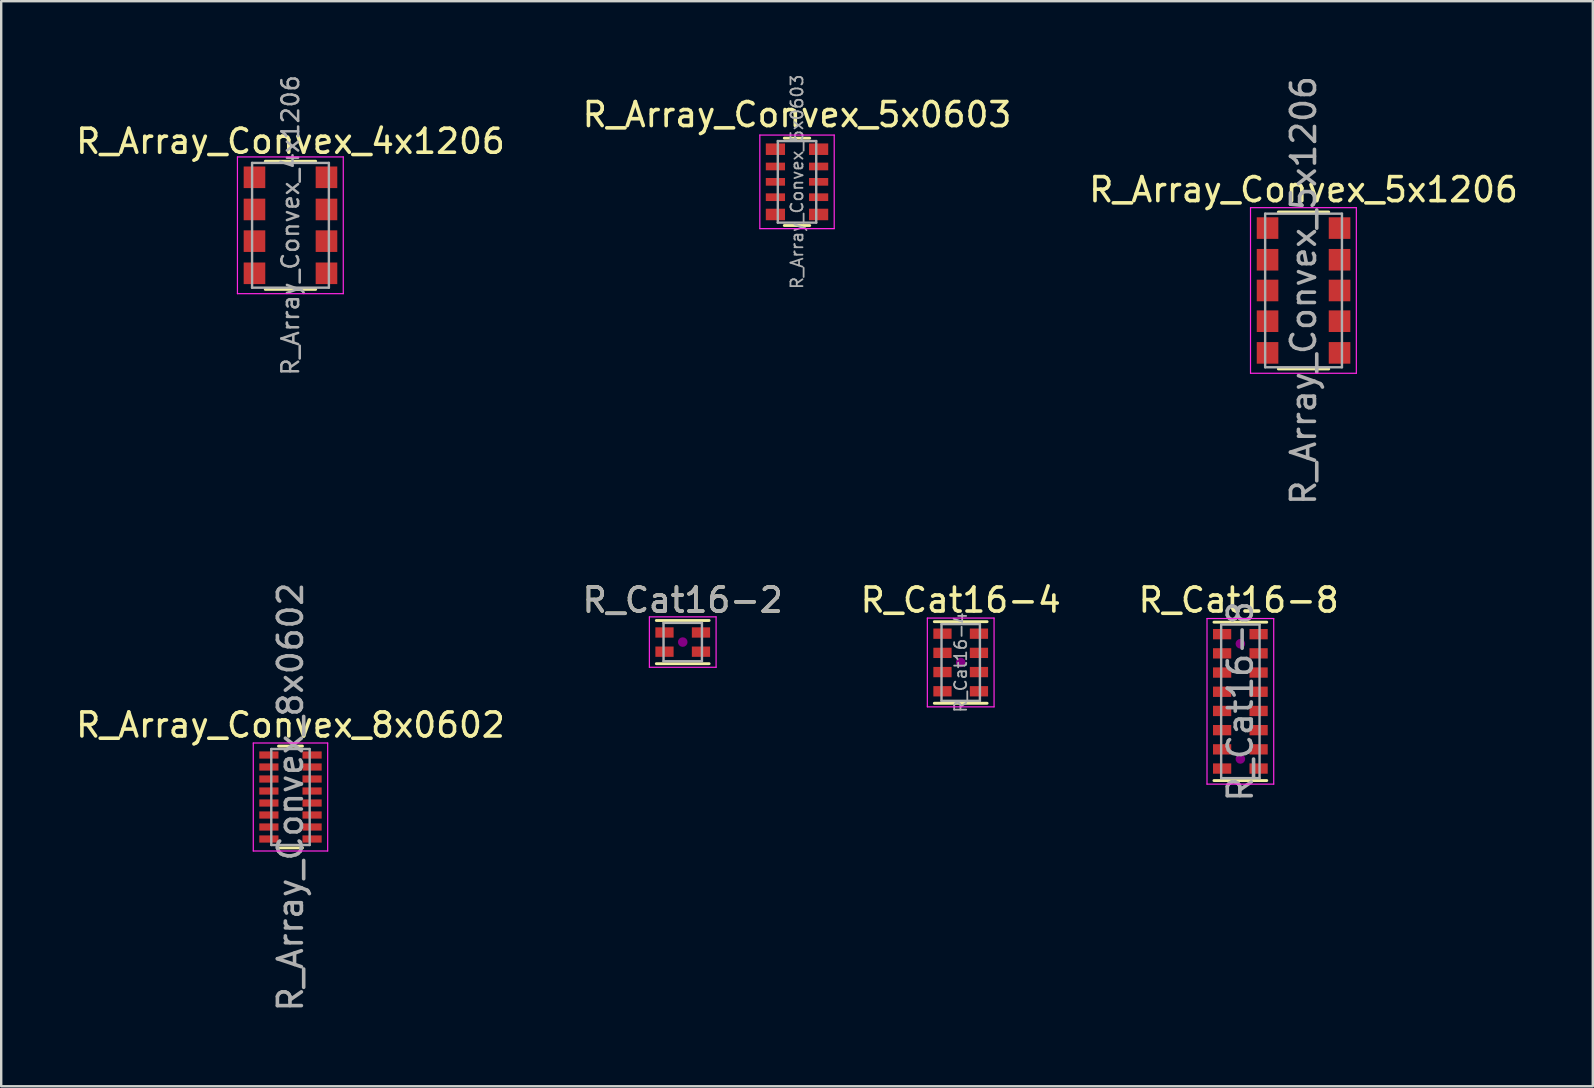
<source format=kicad_pcb>
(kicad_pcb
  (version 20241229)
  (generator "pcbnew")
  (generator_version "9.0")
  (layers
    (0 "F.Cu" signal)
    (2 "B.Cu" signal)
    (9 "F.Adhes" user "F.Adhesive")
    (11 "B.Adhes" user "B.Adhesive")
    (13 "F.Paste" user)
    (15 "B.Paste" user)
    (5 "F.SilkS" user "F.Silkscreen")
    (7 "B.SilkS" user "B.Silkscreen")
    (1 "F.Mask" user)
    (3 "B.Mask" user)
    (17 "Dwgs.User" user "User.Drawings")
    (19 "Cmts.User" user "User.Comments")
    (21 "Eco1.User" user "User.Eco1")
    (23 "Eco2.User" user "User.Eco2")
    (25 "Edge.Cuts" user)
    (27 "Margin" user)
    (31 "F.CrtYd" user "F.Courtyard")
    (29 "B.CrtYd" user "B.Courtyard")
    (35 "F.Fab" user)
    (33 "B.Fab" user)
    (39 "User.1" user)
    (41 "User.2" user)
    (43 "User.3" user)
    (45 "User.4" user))
  (footprint "R_Cat16-4"
    (layer "F.Cu")
    (at 36.982 24.555)
    (property "Reference" "R_Cat16-4" (at 0 -2.6 0) (layer "F.SilkS") (effects (font (size 1 1) (thickness 0.15))))
    (attr smd)
    (fp_line (start 1.1 -1.7) (end -1.1 -1.7) (stroke (width 0.12) (type solid)) (layer "F.SilkS"))
    (fp_line (start 1.1 1.7) (end -1.1 1.7) (stroke (width 0.12) (type solid)) (layer "F.SilkS"))
    (fp_circle (center 0 0) (end -0.1 0) (stroke (width 0.2) (type solid)) (fill no) (layer "F.Adhes"))
    (fp_line (start -1.39 -1.85) (end -1.39 1.85) (stroke (width 0.05) (type solid)) (layer "F.CrtYd"))
    (fp_line (start -1.39 -1.85) (end 1.39 -1.85) (stroke (width 0.05) (type solid)) (layer "F.CrtYd"))
    (fp_line (start 1.39 1.85) (end -1.39 1.85) (stroke (width 0.05) (type solid)) (layer "F.CrtYd"))
    (fp_line (start 1.39 1.85) (end 1.39 -1.85) (stroke (width 0.05) (type solid)) (layer "F.CrtYd"))
    (fp_line (start -0.8 -1.6) (end 0.8 -1.6) (stroke (width 0.1) (type solid)) (layer "F.Fab"))
    (fp_line (start -0.8 1.6) (end -0.8 -1.6) (stroke (width 0.1) (type solid)) (layer "F.Fab"))
    (fp_line (start 0.8 -1.6) (end 0.8 1.6) (stroke (width 0.1) (type solid)) (layer "F.Fab"))
    (fp_line (start 0.8 1.6) (end -0.8 1.6) (stroke (width 0.1) (type solid)) (layer "F.Fab"))
    (fp_text user "${REFERENCE}" (at 0 0 90) (layer "F.Fab") (effects (font (size 0.5 0.5) (thickness 0.075))))
    (pad "1" smd rect (at -0.76 -1.2 180) (size 0.76 0.43) (layers "F.Cu" "F.Mask" "F.Paste"))
    (pad "2" smd rect (at -0.76 -0.4 180) (size 0.76 0.43) (layers "F.Cu" "F.Mask" "F.Paste"))
    (pad "3" smd rect (at -0.76 0.4 180) (size 0.76 0.43) (layers "F.Cu" "F.Mask" "F.Paste"))
    (pad "4" smd rect (at -0.76 1.2 180) (size 0.76 0.43) (layers "F.Cu" "F.Mask" "F.Paste"))
    (pad "5" smd rect (at 0.76 1.2 180) (size 0.76 0.43) (layers "F.Cu" "F.Mask" "F.Paste"))
    (pad "6" smd rect (at 0.76 0.4 180) (size 0.76 0.43) (layers "F.Cu" "F.Mask" "F.Paste"))
    (pad "7" smd rect (at 0.76 -0.4 180) (size 0.76 0.43) (layers "F.Cu" "F.Mask" "F.Paste"))
    (pad "8" smd rect (at 0.76 -1.2 180) (size 0.76 0.43) (layers "F.Cu" "F.Mask" "F.Paste")))
  (footprint "R_Array_Convex_5x1206"
    (layer "F.Cu")
    (at 51.268 9.054)
    (property "Reference" "R_Array_Convex_5x1206" (at 0 -4.2 0) (layer "F.SilkS") (effects (font (size 1 1) (thickness 0.15))))
    (attr smd)
    (fp_line (start 1.05 -3.27) (end -1.05 -3.27) (stroke (width 0.12) (type solid)) (layer "F.SilkS"))
    (fp_line (start 1.05 3.27) (end -1.05 3.27) (stroke (width 0.12) (type solid)) (layer "F.SilkS"))
    (fp_line (start -2.21 -3.45) (end -2.21 3.45) (stroke (width 0.05) (type solid)) (layer "F.CrtYd"))
    (fp_line (start -2.21 -3.45) (end 2.2 -3.45) (stroke (width 0.05) (type solid)) (layer "F.CrtYd"))
    (fp_line (start 2.2 3.45) (end -2.21 3.45) (stroke (width 0.05) (type solid)) (layer "F.CrtYd"))
    (fp_line (start 2.2 3.45) (end 2.2 -3.45) (stroke (width 0.05) (type solid)) (layer "F.CrtYd"))
    (fp_line (start -1.6 -3.2) (end 1.6 -3.2) (stroke (width 0.1) (type solid)) (layer "F.Fab"))
    (fp_line (start -1.6 3.2) (end -1.6 -3.2) (stroke (width 0.1) (type solid)) (layer "F.Fab"))
    (fp_line (start 1.6 -3.2) (end 1.6 3.2) (stroke (width 0.1) (type solid)) (layer "F.Fab"))
    (fp_line (start 1.6 3.2) (end -1.6 3.2) (stroke (width 0.1) (type solid)) (layer "F.Fab"))
    (fp_text user "${REFERENCE}" (at 0 0 90) (layer "F.Fab") (effects (font (size 1 1) (thickness 0.15))))
    (pad "1" smd rect (at -1.5 -2.6) (size 0.9 0.9) (layers "F.Cu" "F.Mask" "F.Paste"))
    (pad "2" smd rect (at -1.5 -1.28) (size 0.9 0.9) (layers "F.Cu" "F.Mask" "F.Paste"))
    (pad "3" smd rect (at -1.5 0) (size 0.9 0.9) (layers "F.Cu" "F.Mask" "F.Paste"))
    (pad "4" smd rect (at -1.5 1.28) (size 0.9 0.9) (layers "F.Cu" "F.Mask" "F.Paste"))
    (pad "5" smd rect (at -1.5 2.6) (size 0.9 0.9) (layers "F.Cu" "F.Mask" "F.Paste"))
    (pad "6" smd rect (at 1.5 2.6) (size 0.9 0.9) (layers "F.Cu" "F.Mask" "F.Paste"))
    (pad "7" smd rect (at 1.5 1.28) (size 0.9 0.9) (layers "F.Cu" "F.Mask" "F.Paste"))
    (pad "8" smd rect (at 1.5 0) (size 0.9 0.9) (layers "F.Cu" "F.Mask" "F.Paste"))
    (pad "9" smd rect (at 1.5 -1.28) (size 0.9 0.9) (layers "F.Cu" "F.Mask" "F.Paste"))
    (pad "10" smd rect (at 1.5 -2.6) (size 0.9 0.9) (layers "F.Cu" "F.Mask" "F.Paste")))
  (footprint "R_Cat16-8"
    (layer "F.Cu")
    (at 48.635 26.175)
    (property "Reference" "R_Cat16-8" (at -0.07 -4.22 0) (layer "F.SilkS") (effects (font (size 1 1) (thickness 0.15))))
    (attr smd)
    (fp_line (start 1.1 -3.3) (end -1.1 -3.3) (stroke (width 0.12) (type solid)) (layer "F.SilkS"))
    (fp_line (start 1.1 3.3) (end -1.1 3.3) (stroke (width 0.12) (type solid)) (layer "F.SilkS"))
    (fp_circle (center 0 -2.4) (end -0.1 -2.4) (stroke (width 0.2) (type solid)) (fill no) (layer "F.Adhes"))
    (fp_circle (center 0 2.4) (end -0.1 2.4) (stroke (width 0.2) (type solid)) (fill no) (layer "F.Adhes"))
    (fp_line (start -1.39 -3.45) (end -1.39 3.45) (stroke (width 0.05) (type solid)) (layer "F.CrtYd"))
    (fp_line (start -1.39 -3.45) (end 1.39 -3.45) (stroke (width 0.05) (type solid)) (layer "F.CrtYd"))
    (fp_line (start 1.39 3.45) (end -1.39 3.45) (stroke (width 0.05) (type solid)) (layer "F.CrtYd"))
    (fp_line (start 1.39 3.45) (end 1.39 -3.45) (stroke (width 0.05) (type solid)) (layer "F.CrtYd"))
    (fp_line (start -0.8 -3.2) (end 0.8 -3.2) (stroke (width 0.1) (type solid)) (layer "F.Fab"))
    (fp_line (start -0.8 3.2) (end -0.8 -3.2) (stroke (width 0.1) (type solid)) (layer "F.Fab"))
    (fp_line (start 0.8 -3.2) (end 0.8 3.2) (stroke (width 0.1) (type solid)) (layer "F.Fab"))
    (fp_line (start 0.8 3.2) (end -0.8 3.2) (stroke (width 0.1) (type solid)) (layer "F.Fab"))
    (fp_text user "${REFERENCE}" (at 0 0 90) (layer "F.Fab") (effects (font (size 1 1) (thickness 0.15))))
    (pad "1" smd rect (at -0.76 -2.8 180) (size 0.76 0.43) (layers "F.Cu" "F.Mask" "F.Paste"))
    (pad "2" smd rect (at -0.76 -2 180) (size 0.76 0.43) (layers "F.Cu" "F.Mask" "F.Paste"))
    (pad "3" smd rect (at -0.76 -1.2 180) (size 0.76 0.43) (layers "F.Cu" "F.Mask" "F.Paste"))
    (pad "4" smd rect (at -0.76 -0.4 180) (size 0.76 0.43) (layers "F.Cu" "F.Mask" "F.Paste"))
    (pad "5" smd rect (at -0.76 0.4 180) (size 0.76 0.43) (layers "F.Cu" "F.Mask" "F.Paste"))
    (pad "6" smd rect (at -0.76 1.2 180) (size 0.76 0.43) (layers "F.Cu" "F.Mask" "F.Paste"))
    (pad "7" smd rect (at -0.76 2 180) (size 0.76 0.43) (layers "F.Cu" "F.Mask" "F.Paste"))
    (pad "8" smd rect (at -0.76 2.8 180) (size 0.76 0.43) (layers "F.Cu" "F.Mask" "F.Paste"))
    (pad "9" smd rect (at 0.76 2.8 180) (size 0.76 0.43) (layers "F.Cu" "F.Mask" "F.Paste"))
    (pad "10" smd rect (at 0.76 2 180) (size 0.76 0.43) (layers "F.Cu" "F.Mask" "F.Paste"))
    (pad "11" smd rect (at 0.76 1.2 180) (size 0.76 0.43) (layers "F.Cu" "F.Mask" "F.Paste"))
    (pad "12" smd rect (at 0.76 0.4 180) (size 0.76 0.43) (layers "F.Cu" "F.Mask" "F.Paste"))
    (pad "13" smd rect (at 0.76 -0.4 180) (size 0.76 0.43) (layers "F.Cu" "F.Mask" "F.Paste"))
    (pad "14" smd rect (at 0.76 -1.2 180) (size 0.76 0.43) (layers "F.Cu" "F.Mask" "F.Paste"))
    (pad "15" smd rect (at 0.76 -2 180) (size 0.76 0.43) (layers "F.Cu" "F.Mask" "F.Paste"))
    (pad "16" smd rect (at 0.76 -2.8 180) (size 0.76 0.43) (layers "F.Cu" "F.Mask" "F.Paste")))
  (footprint "R_Array_Convex_5x0603"
    (layer "F.Cu")
    (at 30.161 4.527)
    (property "Reference" "R_Array_Convex_5x0603" (at 0 -2.8 0) (layer "F.SilkS") (effects (font (size 1 1) (thickness 0.15))))
    (attr smd)
    (fp_line (start 0.53 -1.82) (end -0.53 -1.82) (stroke (width 0.12) (type solid)) (layer "F.SilkS"))
    (fp_line (start 0.53 1.82) (end -0.53 1.82) (stroke (width 0.12) (type solid)) (layer "F.SilkS"))
    (fp_line (start -1.55 -1.95) (end -1.55 1.95) (stroke (width 0.05) (type solid)) (layer "F.CrtYd"))
    (fp_line (start -1.55 -1.95) (end 1.55 -1.95) (stroke (width 0.05) (type solid)) (layer "F.CrtYd"))
    (fp_line (start 1.55 1.95) (end -1.55 1.95) (stroke (width 0.05) (type solid)) (layer "F.CrtYd"))
    (fp_line (start 1.55 1.95) (end 1.55 -1.95) (stroke (width 0.05) (type solid)) (layer "F.CrtYd"))
    (fp_line (start -0.8 -1.7) (end -0.8 1.7) (stroke (width 0.1) (type solid)) (layer "F.Fab"))
    (fp_line (start -0.8 1.7) (end 0.8 1.7) (stroke (width 0.1) (type solid)) (layer "F.Fab"))
    (fp_line (start 0.8 -1.7) (end -0.8 -1.7) (stroke (width 0.1) (type solid)) (layer "F.Fab"))
    (fp_line (start 0.8 1.7) (end 0.8 -1.7) (stroke (width 0.1) (type solid)) (layer "F.Fab"))
    (fp_text user "${REFERENCE}" (at 0 0 90) (layer "F.Fab") (effects (font (size 0.5 0.5) (thickness 0.075))))
    (pad "1" smd rect (at -0.9 -1.36) (size 0.8 0.48) (layers "F.Cu" "F.Mask" "F.Paste"))
    (pad "2" smd rect (at -0.9 -0.64) (size 0.8 0.32) (layers "F.Cu" "F.Mask" "F.Paste"))
    (pad "3" smd rect (at -0.9 0) (size 0.8 0.32) (layers "F.Cu" "F.Mask" "F.Paste"))
    (pad "4" smd rect (at -0.9 0.64) (size 0.8 0.32) (layers "F.Cu" "F.Mask" "F.Paste"))
    (pad "5" smd rect (at -0.9 1.36) (size 0.8 0.48) (layers "F.Cu" "F.Mask" "F.Paste"))
    (pad "6" smd rect (at 0.9 1.36) (size 0.8 0.48) (layers "F.Cu" "F.Mask" "F.Paste"))
    (pad "7" smd rect (at 0.9 0.64) (size 0.8 0.32) (layers "F.Cu" "F.Mask" "F.Paste"))
    (pad "8" smd rect (at 0.9 0) (size 0.8 0.32) (layers "F.Cu" "F.Mask" "F.Paste"))
    (pad "9" smd rect (at 0.9 -0.64) (size 0.8 0.32) (layers "F.Cu" "F.Mask" "F.Paste"))
    (pad "10" smd rect (at 0.9 -1.36) (size 0.8 0.48) (layers "F.Cu" "F.Mask" "F.Paste")))
  (footprint "R_Cat16-2"
    (layer "F.Cu")
    (at 25.399 23.705)
    (property "Reference" "R_Cat16-2" (at 0 -1.75 0) (layer "F.SilkS") (effects (font (size 1 1) (thickness 0.15))))
    (attr smd)
    (fp_line (start 1.1 -0.9) (end -1.1 -0.9) (stroke (width 0.12) (type solid)) (layer "F.SilkS"))
    (fp_line (start 1.1 0.9) (end -1.1 0.9) (stroke (width 0.12) (type solid)) (layer "F.SilkS"))
    (fp_circle (center 0 0) (end -0.1 0) (stroke (width 0.2) (type solid)) (fill no) (layer "F.Adhes"))
    (fp_line (start -1.39 -1.05) (end -1.39 1.05) (stroke (width 0.05) (type solid)) (layer "F.CrtYd"))
    (fp_line (start -1.39 -1.05) (end 1.39 -1.05) (stroke (width 0.05) (type solid)) (layer "F.CrtYd"))
    (fp_line (start 1.39 1.05) (end -1.39 1.05) (stroke (width 0.05) (type solid)) (layer "F.CrtYd"))
    (fp_line (start 1.39 1.05) (end 1.39 -1.05) (stroke (width 0.05) (type solid)) (layer "F.CrtYd"))
    (fp_line (start -0.8 -0.8) (end 0.8 -0.8) (stroke (width 0.1) (type solid)) (layer "F.Fab"))
    (fp_line (start -0.8 0.8) (end -0.8 -0.8) (stroke (width 0.1) (type solid)) (layer "F.Fab"))
    (fp_line (start 0.8 -0.8) (end 0.8 0.8) (stroke (width 0.1) (type solid)) (layer "F.Fab"))
    (fp_line (start 0.8 0.8) (end -0.8 0.8) (stroke (width 0.1) (type solid)) (layer "F.Fab"))
    (fp_text user "${REFERENCE}" (at 0 -1.75 0) (layer "F.Fab") (effects (font (size 1 1) (thickness 0.15))))
    (pad "1" smd rect (at -0.76 -0.4 180) (size 0.76 0.43) (layers "F.Cu" "F.Mask" "F.Paste"))
    (pad "2" smd rect (at -0.76 0.4 180) (size 0.76 0.43) (layers "F.Cu" "F.Mask" "F.Paste"))
    (pad "3" smd rect (at 0.76 0.4 180) (size 0.76 0.43) (layers "F.Cu" "F.Mask" "F.Paste"))
    (pad "4" smd rect (at 0.76 -0.4 180) (size 0.76 0.43) (layers "F.Cu" "F.Mask" "F.Paste")))
  (footprint "R_Array_Convex_8x0602"
    (layer "F.Cu")
    (at 9.054 30.161)
    (property "Reference" "R_Array_Convex_8x0602" (at 0 -3 0) (layer "F.SilkS") (effects (font (size 1 1) (thickness 0.15))))
    (attr smd)
    (fp_line (start 0.5 -2.12) (end -0.5 -2.12) (stroke (width 0.12) (type solid)) (layer "F.SilkS"))
    (fp_line (start 0.5 2.12) (end -0.5 2.12) (stroke (width 0.12) (type solid)) (layer "F.SilkS"))
    (fp_line (start -1.55 -2.25) (end -1.55 2.25) (stroke (width 0.05) (type solid)) (layer "F.CrtYd"))
    (fp_line (start -1.55 -2.25) (end 1.55 -2.25) (stroke (width 0.05) (type solid)) (layer "F.CrtYd"))
    (fp_line (start 1.55 2.25) (end -1.55 2.25) (stroke (width 0.05) (type solid)) (layer "F.CrtYd"))
    (fp_line (start 1.55 2.25) (end 1.55 -2.25) (stroke (width 0.05) (type solid)) (layer "F.CrtYd"))
    (fp_line (start -0.8 -2) (end -0.8 2) (stroke (width 0.1) (type solid)) (layer "F.Fab"))
    (fp_line (start -0.8 2) (end 0.8 2) (stroke (width 0.1) (type solid)) (layer "F.Fab"))
    (fp_line (start 0.8 -2) (end -0.8 -2) (stroke (width 0.1) (type solid)) (layer "F.Fab"))
    (fp_line (start 0.8 2) (end 0.8 -2) (stroke (width 0.1) (type solid)) (layer "F.Fab"))
    (fp_text user "${REFERENCE}" (at 0 0 90) (layer "F.Fab") (effects (font (size 1 1) (thickness 0.15))))
    (pad "1" smd rect (at -0.9 -1.75) (size 0.8 0.3) (layers "F.Cu" "F.Mask" "F.Paste"))
    (pad "2" smd rect (at -0.9 -1.25) (size 0.8 0.3) (layers "F.Cu" "F.Mask" "F.Paste"))
    (pad "3" smd rect (at -0.9 -0.75) (size 0.8 0.3) (layers "F.Cu" "F.Mask" "F.Paste"))
    (pad "4" smd rect (at -0.9 -0.25) (size 0.8 0.3) (layers "F.Cu" "F.Mask" "F.Paste"))
    (pad "5" smd rect (at -0.9 0.25) (size 0.8 0.3) (layers "F.Cu" "F.Mask" "F.Paste"))
    (pad "6" smd rect (at -0.9 0.75) (size 0.8 0.3) (layers "F.Cu" "F.Mask" "F.Paste"))
    (pad "7" smd rect (at -0.9 1.25) (size 0.8 0.3) (layers "F.Cu" "F.Mask" "F.Paste"))
    (pad "8" smd rect (at -0.9 1.75) (size 0.8 0.3) (layers "F.Cu" "F.Mask" "F.Paste"))
    (pad "9" smd rect (at 0.9 1.75) (size 0.8 0.3) (layers "F.Cu" "F.Mask" "F.Paste"))
    (pad "10" smd rect (at 0.9 1.25) (size 0.8 0.3) (layers "F.Cu" "F.Mask" "F.Paste"))
    (pad "11" smd rect (at 0.9 0.75) (size 0.8 0.3) (layers "F.Cu" "F.Mask" "F.Paste"))
    (pad "12" smd rect (at 0.9 0.25) (size 0.8 0.3) (layers "F.Cu" "F.Mask" "F.Paste"))
    (pad "13" smd rect (at 0.9 -0.25) (size 0.8 0.3) (layers "F.Cu" "F.Mask" "F.Paste"))
    (pad "14" smd rect (at 0.9 -0.75) (size 0.8 0.3) (layers "F.Cu" "F.Mask" "F.Paste"))
    (pad "15" smd rect (at 0.9 -1.25) (size 0.8 0.3) (layers "F.Cu" "F.Mask" "F.Paste"))
    (pad "16" smd rect (at 0.9 -1.75) (size 0.8 0.3) (layers "F.Cu" "F.Mask" "F.Paste")))
  (footprint "R_Array_Convex_4x1206"
    (layer "F.Cu")
    (at 9.054 6.338)
    (property "Reference" "R_Array_Convex_4x1206" (at 0 -3.5 0) (layer "F.SilkS") (effects (font (size 1 1) (thickness 0.15))))
    (attr smd)
    (fp_line (start 1.05 -2.67) (end -1.05 -2.67) (stroke (width 0.12) (type solid)) (layer "F.SilkS"))
    (fp_line (start 1.05 2.67) (end -1.05 2.67) (stroke (width 0.12) (type solid)) (layer "F.SilkS"))
    (fp_line (start -2.21 -2.85) (end -2.21 2.85) (stroke (width 0.05) (type solid)) (layer "F.CrtYd"))
    (fp_line (start -2.21 -2.85) (end 2.2 -2.85) (stroke (width 0.05) (type solid)) (layer "F.CrtYd"))
    (fp_line (start 2.2 2.85) (end -2.21 2.85) (stroke (width 0.05) (type solid)) (layer "F.CrtYd"))
    (fp_line (start 2.2 2.85) (end 2.2 -2.85) (stroke (width 0.05) (type solid)) (layer "F.CrtYd"))
    (fp_line (start -1.6 -2.6) (end -1.6 2.6) (stroke (width 0.1) (type solid)) (layer "F.Fab"))
    (fp_line (start -1.6 2.6) (end 1.6 2.6) (stroke (width 0.1) (type solid)) (layer "F.Fab"))
    (fp_line (start 1.6 -2.6) (end -1.6 -2.6) (stroke (width 0.1) (type solid)) (layer "F.Fab"))
    (fp_line (start 1.6 2.6) (end 1.6 -2.6) (stroke (width 0.1) (type solid)) (layer "F.Fab"))
    (fp_text user "${REFERENCE}" (at 0 0 90) (layer "F.Fab") (effects (font (size 0.7 0.7) (thickness 0.105))))
    (pad "1" smd rect (at -1.5 -2) (size 0.9 0.9) (layers "F.Cu" "F.Mask" "F.Paste"))
    (pad "2" smd rect (at -1.5 -0.66) (size 0.9 0.9) (layers "F.Cu" "F.Mask" "F.Paste"))
    (pad "3" smd rect (at -1.5 0.66) (size 0.9 0.9) (layers "F.Cu" "F.Mask" "F.Paste"))
    (pad "4" smd rect (at -1.5 2) (size 0.9 0.9) (layers "F.Cu" "F.Mask" "F.Paste"))
    (pad "5" smd rect (at 1.5 2) (size 0.9 0.9) (layers "F.Cu" "F.Mask" "F.Paste"))
    (pad "6" smd rect (at 1.5 0.66) (size 0.9 0.9) (layers "F.Cu" "F.Mask" "F.Paste"))
    (pad "7" smd rect (at 1.5 -0.66) (size 0.9 0.9) (layers "F.Cu" "F.Mask" "F.Paste"))
    (pad "8" smd rect (at 1.5 -2) (size 0.9 0.9) (layers "F.Cu" "F.Mask" "F.Paste")))
  (gr_rect
    (start -3 -3)
    (end 63.321 42.214)
    (stroke (width 0.1) (type default))
    (fill no)
    (layer "Edge.Cuts")))
</source>
